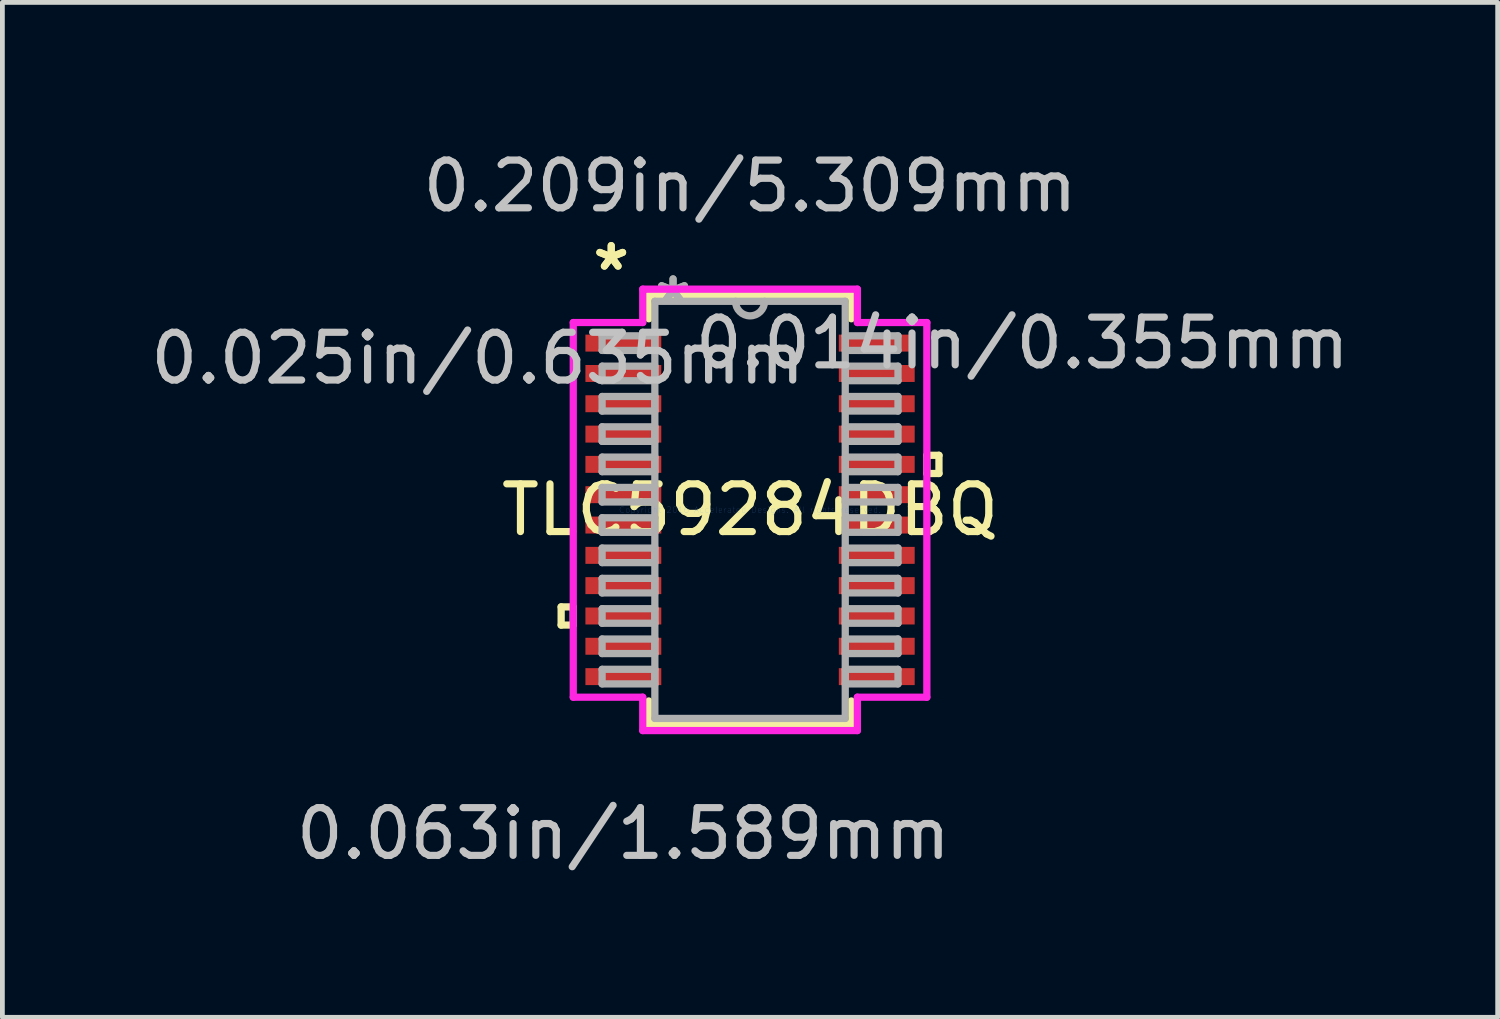
<source format=kicad_pcb>
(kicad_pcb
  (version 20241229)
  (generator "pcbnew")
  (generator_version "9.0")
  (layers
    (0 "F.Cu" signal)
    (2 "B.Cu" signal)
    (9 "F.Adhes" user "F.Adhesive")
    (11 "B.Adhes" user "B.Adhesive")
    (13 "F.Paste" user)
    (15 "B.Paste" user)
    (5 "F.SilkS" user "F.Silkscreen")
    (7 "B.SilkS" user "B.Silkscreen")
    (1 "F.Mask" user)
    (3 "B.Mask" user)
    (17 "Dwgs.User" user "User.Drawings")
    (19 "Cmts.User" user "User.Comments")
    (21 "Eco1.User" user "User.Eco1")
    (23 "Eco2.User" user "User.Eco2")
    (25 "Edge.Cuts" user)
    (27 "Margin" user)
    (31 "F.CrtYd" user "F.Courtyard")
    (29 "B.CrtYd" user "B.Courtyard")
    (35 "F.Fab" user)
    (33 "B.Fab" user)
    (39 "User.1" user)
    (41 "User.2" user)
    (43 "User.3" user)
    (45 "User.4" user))
  (footprint "TLC59284DBQ"
    (layer "F.Cu")
    (at 12.661 7.63)
    (property "Reference" "TLC59284DBQ" (at 0 0 0) (layer "F.SilkS") (effects (font (size 1 1) (thickness 0.15))))
    (attr through_hole)
    (fp_line (start -3.957 2.032) (end -3.957 2.413) (stroke (width 0.152) (type solid)) (layer "F.SilkS"))
    (fp_line (start -3.957 2.413) (end -3.703 2.413) (stroke (width 0.152) (type solid)) (layer "F.SilkS"))
    (fp_line (start -3.703 2.032) (end -3.957 2.032) (stroke (width 0.152) (type solid)) (layer "F.SilkS"))
    (fp_line (start -3.703 2.413) (end -3.703 2.032) (stroke (width 0.152) (type solid)) (layer "F.SilkS"))
    (fp_line (start -2.121 -4.496) (end -2.121 -4.003) (stroke (width 0.152) (type solid)) (layer "F.SilkS"))
    (fp_line (start -2.121 4.003) (end -2.121 4.496) (stroke (width 0.152) (type solid)) (layer "F.SilkS"))
    (fp_line (start -2.121 4.496) (end 2.121 4.496) (stroke (width 0.152) (type solid)) (layer "F.SilkS"))
    (fp_line (start 2.121 -4.496) (end -2.121 -4.496) (stroke (width 0.152) (type solid)) (layer "F.SilkS"))
    (fp_line (start 2.121 -4.003) (end 2.121 -4.496) (stroke (width 0.152) (type solid)) (layer "F.SilkS"))
    (fp_line (start 2.121 4.496) (end 2.121 4.003) (stroke (width 0.152) (type solid)) (layer "F.SilkS"))
    (fp_line (start 3.703 -1.143) (end 3.957 -1.143) (stroke (width 0.152) (type solid)) (layer "F.SilkS"))
    (fp_line (start 3.703 -0.762) (end 3.703 -1.143) (stroke (width 0.152) (type solid)) (layer "F.SilkS"))
    (fp_line (start 3.957 -1.143) (end 3.957 -0.762) (stroke (width 0.152) (type solid)) (layer "F.SilkS"))
    (fp_line (start 3.957 -0.762) (end 3.703 -0.762) (stroke (width 0.152) (type solid)) (layer "F.SilkS"))
    (fp_line (start -3.703 -3.924) (end -2.248 -3.924) (stroke (width 0.152) (type solid)) (layer "F.CrtYd"))
    (fp_line (start -3.703 3.924) (end -3.703 -3.924) (stroke (width 0.152) (type solid)) (layer "F.CrtYd"))
    (fp_line (start -2.248 -4.623) (end 2.248 -4.623) (stroke (width 0.152) (type solid)) (layer "F.CrtYd"))
    (fp_line (start -2.248 -3.924) (end -2.248 -4.623) (stroke (width 0.152) (type solid)) (layer "F.CrtYd"))
    (fp_line (start -2.248 3.924) (end -3.703 3.924) (stroke (width 0.152) (type solid)) (layer "F.CrtYd"))
    (fp_line (start -2.248 4.623) (end -2.248 3.924) (stroke (width 0.152) (type solid)) (layer "F.CrtYd"))
    (fp_line (start 2.248 -4.623) (end 2.248 -3.924) (stroke (width 0.152) (type solid)) (layer "F.CrtYd"))
    (fp_line (start 2.248 -3.924) (end 3.703 -3.924) (stroke (width 0.152) (type solid)) (layer "F.CrtYd"))
    (fp_line (start 2.248 3.924) (end 2.248 4.623) (stroke (width 0.152) (type solid)) (layer "F.CrtYd"))
    (fp_line (start 2.248 4.623) (end -2.248 4.623) (stroke (width 0.152) (type solid)) (layer "F.CrtYd"))
    (fp_line (start 3.703 -3.924) (end 3.703 3.924) (stroke (width 0.152) (type solid)) (layer "F.CrtYd"))
    (fp_line (start 3.703 3.924) (end 2.248 3.924) (stroke (width 0.152) (type solid)) (layer "F.CrtYd"))
    (fp_line (start -3.099 -3.645) (end -3.099 -3.34) (stroke (width 0.152) (type solid)) (layer "F.Fab"))
    (fp_line (start -3.099 -3.34) (end -1.994 -3.34) (stroke (width 0.152) (type solid)) (layer "F.Fab"))
    (fp_line (start -3.099 -3.01) (end -3.099 -2.705) (stroke (width 0.152) (type solid)) (layer "F.Fab"))
    (fp_line (start -3.099 -2.705) (end -1.994 -2.705) (stroke (width 0.152) (type solid)) (layer "F.Fab"))
    (fp_line (start -3.099 -2.375) (end -3.099 -2.07) (stroke (width 0.152) (type solid)) (layer "F.Fab"))
    (fp_line (start -3.099 -2.07) (end -1.994 -2.07) (stroke (width 0.152) (type solid)) (layer "F.Fab"))
    (fp_line (start -3.099 -1.74) (end -3.099 -1.435) (stroke (width 0.152) (type solid)) (layer "F.Fab"))
    (fp_line (start -3.099 -1.435) (end -1.994 -1.435) (stroke (width 0.152) (type solid)) (layer "F.Fab"))
    (fp_line (start -3.099 -1.105) (end -3.099 -0.8) (stroke (width 0.152) (type solid)) (layer "F.Fab"))
    (fp_line (start -3.099 -0.8) (end -1.994 -0.8) (stroke (width 0.152) (type solid)) (layer "F.Fab"))
    (fp_line (start -3.099 -0.47) (end -3.099 -0.165) (stroke (width 0.152) (type solid)) (layer "F.Fab"))
    (fp_line (start -3.099 -0.165) (end -1.994 -0.165) (stroke (width 0.152) (type solid)) (layer "F.Fab"))
    (fp_line (start -3.099 0.165) (end -3.099 0.47) (stroke (width 0.152) (type solid)) (layer "F.Fab"))
    (fp_line (start -3.099 0.47) (end -1.994 0.47) (stroke (width 0.152) (type solid)) (layer "F.Fab"))
    (fp_line (start -3.099 0.8) (end -3.099 1.105) (stroke (width 0.152) (type solid)) (layer "F.Fab"))
    (fp_line (start -3.099 1.105) (end -1.994 1.105) (stroke (width 0.152) (type solid)) (layer "F.Fab"))
    (fp_line (start -3.099 1.435) (end -3.099 1.74) (stroke (width 0.152) (type solid)) (layer "F.Fab"))
    (fp_line (start -3.099 1.74) (end -1.994 1.74) (stroke (width 0.152) (type solid)) (layer "F.Fab"))
    (fp_line (start -3.099 2.07) (end -3.099 2.375) (stroke (width 0.152) (type solid)) (layer "F.Fab"))
    (fp_line (start -3.099 2.375) (end -1.994 2.375) (stroke (width 0.152) (type solid)) (layer "F.Fab"))
    (fp_line (start -3.099 2.705) (end -3.099 3.01) (stroke (width 0.152) (type solid)) (layer "F.Fab"))
    (fp_line (start -3.099 3.01) (end -1.994 3.01) (stroke (width 0.152) (type solid)) (layer "F.Fab"))
    (fp_line (start -3.099 3.34) (end -3.099 3.645) (stroke (width 0.152) (type solid)) (layer "F.Fab"))
    (fp_line (start -3.099 3.645) (end -1.994 3.645) (stroke (width 0.152) (type solid)) (layer "F.Fab"))
    (fp_line (start -1.994 -4.369) (end -1.994 4.369) (stroke (width 0.152) (type solid)) (layer "F.Fab"))
    (fp_line (start -1.994 -3.645) (end -3.099 -3.645) (stroke (width 0.152) (type solid)) (layer "F.Fab"))
    (fp_line (start -1.994 -3.34) (end -1.994 -3.645) (stroke (width 0.152) (type solid)) (layer "F.Fab"))
    (fp_line (start -1.994 -3.01) (end -3.099 -3.01) (stroke (width 0.152) (type solid)) (layer "F.Fab"))
    (fp_line (start -1.994 -2.705) (end -1.994 -3.01) (stroke (width 0.152) (type solid)) (layer "F.Fab"))
    (fp_line (start -1.994 -2.375) (end -3.099 -2.375) (stroke (width 0.152) (type solid)) (layer "F.Fab"))
    (fp_line (start -1.994 -2.07) (end -1.994 -2.375) (stroke (width 0.152) (type solid)) (layer "F.Fab"))
    (fp_line (start -1.994 -1.74) (end -3.099 -1.74) (stroke (width 0.152) (type solid)) (layer "F.Fab"))
    (fp_line (start -1.994 -1.435) (end -1.994 -1.74) (stroke (width 0.152) (type solid)) (layer "F.Fab"))
    (fp_line (start -1.994 -1.105) (end -3.099 -1.105) (stroke (width 0.152) (type solid)) (layer "F.Fab"))
    (fp_line (start -1.994 -0.8) (end -1.994 -1.105) (stroke (width 0.152) (type solid)) (layer "F.Fab"))
    (fp_line (start -1.994 -0.47) (end -3.099 -0.47) (stroke (width 0.152) (type solid)) (layer "F.Fab"))
    (fp_line (start -1.994 -0.165) (end -1.994 -0.47) (stroke (width 0.152) (type solid)) (layer "F.Fab"))
    (fp_line (start -1.994 0.165) (end -3.099 0.165) (stroke (width 0.152) (type solid)) (layer "F.Fab"))
    (fp_line (start -1.994 0.47) (end -1.994 0.165) (stroke (width 0.152) (type solid)) (layer "F.Fab"))
    (fp_line (start -1.994 0.8) (end -3.099 0.8) (stroke (width 0.152) (type solid)) (layer "F.Fab"))
    (fp_line (start -1.994 1.105) (end -1.994 0.8) (stroke (width 0.152) (type solid)) (layer "F.Fab"))
    (fp_line (start -1.994 1.435) (end -3.099 1.435) (stroke (width 0.152) (type solid)) (layer "F.Fab"))
    (fp_line (start -1.994 1.74) (end -1.994 1.435) (stroke (width 0.152) (type solid)) (layer "F.Fab"))
    (fp_line (start -1.994 2.07) (end -3.099 2.07) (stroke (width 0.152) (type solid)) (layer "F.Fab"))
    (fp_line (start -1.994 2.375) (end -1.994 2.07) (stroke (width 0.152) (type solid)) (layer "F.Fab"))
    (fp_line (start -1.994 2.705) (end -3.099 2.705) (stroke (width 0.152) (type solid)) (layer "F.Fab"))
    (fp_line (start -1.994 3.01) (end -1.994 2.705) (stroke (width 0.152) (type solid)) (layer "F.Fab"))
    (fp_line (start -1.994 3.34) (end -3.099 3.34) (stroke (width 0.152) (type solid)) (layer "F.Fab"))
    (fp_line (start -1.994 3.645) (end -1.994 3.34) (stroke (width 0.152) (type solid)) (layer "F.Fab"))
    (fp_line (start -1.994 4.369) (end 1.994 4.369) (stroke (width 0.152) (type solid)) (layer "F.Fab"))
    (fp_line (start 1.994 -4.369) (end -1.994 -4.369) (stroke (width 0.152) (type solid)) (layer "F.Fab"))
    (fp_line (start 1.994 -3.645) (end 1.994 -3.34) (stroke (width 0.152) (type solid)) (layer "F.Fab"))
    (fp_line (start 1.994 -3.34) (end 3.099 -3.34) (stroke (width 0.152) (type solid)) (layer "F.Fab"))
    (fp_line (start 1.994 -3.01) (end 1.994 -2.705) (stroke (width 0.152) (type solid)) (layer "F.Fab"))
    (fp_line (start 1.994 -2.705) (end 3.099 -2.705) (stroke (width 0.152) (type solid)) (layer "F.Fab"))
    (fp_line (start 1.994 -2.375) (end 1.994 -2.07) (stroke (width 0.152) (type solid)) (layer "F.Fab"))
    (fp_line (start 1.994 -2.07) (end 3.099 -2.07) (stroke (width 0.152) (type solid)) (layer "F.Fab"))
    (fp_line (start 1.994 -1.74) (end 1.994 -1.435) (stroke (width 0.152) (type solid)) (layer "F.Fab"))
    (fp_line (start 1.994 -1.435) (end 3.099 -1.435) (stroke (width 0.152) (type solid)) (layer "F.Fab"))
    (fp_line (start 1.994 -1.105) (end 1.994 -0.8) (stroke (width 0.152) (type solid)) (layer "F.Fab"))
    (fp_line (start 1.994 -0.8) (end 3.099 -0.8) (stroke (width 0.152) (type solid)) (layer "F.Fab"))
    (fp_line (start 1.994 -0.47) (end 1.994 -0.165) (stroke (width 0.152) (type solid)) (layer "F.Fab"))
    (fp_line (start 1.994 -0.165) (end 3.099 -0.165) (stroke (width 0.152) (type solid)) (layer "F.Fab"))
    (fp_line (start 1.994 0.165) (end 1.994 0.47) (stroke (width 0.152) (type solid)) (layer "F.Fab"))
    (fp_line (start 1.994 0.47) (end 3.099 0.47) (stroke (width 0.152) (type solid)) (layer "F.Fab"))
    (fp_line (start 1.994 0.8) (end 1.994 1.105) (stroke (width 0.152) (type solid)) (layer "F.Fab"))
    (fp_line (start 1.994 1.105) (end 3.099 1.105) (stroke (width 0.152) (type solid)) (layer "F.Fab"))
    (fp_line (start 1.994 1.435) (end 1.994 1.74) (stroke (width 0.152) (type solid)) (layer "F.Fab"))
    (fp_line (start 1.994 1.74) (end 3.099 1.74) (stroke (width 0.152) (type solid)) (layer "F.Fab"))
    (fp_line (start 1.994 2.07) (end 1.994 2.375) (stroke (width 0.152) (type solid)) (layer "F.Fab"))
    (fp_line (start 1.994 2.375) (end 3.099 2.375) (stroke (width 0.152) (type solid)) (layer "F.Fab"))
    (fp_line (start 1.994 2.705) (end 1.994 3.01) (stroke (width 0.152) (type solid)) (layer "F.Fab"))
    (fp_line (start 1.994 3.01) (end 3.099 3.01) (stroke (width 0.152) (type solid)) (layer "F.Fab"))
    (fp_line (start 1.994 3.34) (end 1.994 3.645) (stroke (width 0.152) (type solid)) (layer "F.Fab"))
    (fp_line (start 1.994 3.645) (end 3.099 3.645) (stroke (width 0.152) (type solid)) (layer "F.Fab"))
    (fp_line (start 1.994 4.369) (end 1.994 -4.369) (stroke (width 0.152) (type solid)) (layer "F.Fab"))
    (fp_line (start 3.099 -3.645) (end 1.994 -3.645) (stroke (width 0.152) (type solid)) (layer "F.Fab"))
    (fp_line (start 3.099 -3.34) (end 3.099 -3.645) (stroke (width 0.152) (type solid)) (layer "F.Fab"))
    (fp_line (start 3.099 -3.01) (end 1.994 -3.01) (stroke (width 0.152) (type solid)) (layer "F.Fab"))
    (fp_line (start 3.099 -2.705) (end 3.099 -3.01) (stroke (width 0.152) (type solid)) (layer "F.Fab"))
    (fp_line (start 3.099 -2.375) (end 1.994 -2.375) (stroke (width 0.152) (type solid)) (layer "F.Fab"))
    (fp_line (start 3.099 -2.07) (end 3.099 -2.375) (stroke (width 0.152) (type solid)) (layer "F.Fab"))
    (fp_line (start 3.099 -1.74) (end 1.994 -1.74) (stroke (width 0.152) (type solid)) (layer "F.Fab"))
    (fp_line (start 3.099 -1.435) (end 3.099 -1.74) (stroke (width 0.152) (type solid)) (layer "F.Fab"))
    (fp_line (start 3.099 -1.105) (end 1.994 -1.105) (stroke (width 0.152) (type solid)) (layer "F.Fab"))
    (fp_line (start 3.099 -0.8) (end 3.099 -1.105) (stroke (width 0.152) (type solid)) (layer "F.Fab"))
    (fp_line (start 3.099 -0.47) (end 1.994 -0.47) (stroke (width 0.152) (type solid)) (layer "F.Fab"))
    (fp_line (start 3.099 -0.165) (end 3.099 -0.47) (stroke (width 0.152) (type solid)) (layer "F.Fab"))
    (fp_line (start 3.099 0.165) (end 1.994 0.165) (stroke (width 0.152) (type solid)) (layer "F.Fab"))
    (fp_line (start 3.099 0.47) (end 3.099 0.165) (stroke (width 0.152) (type solid)) (layer "F.Fab"))
    (fp_line (start 3.099 0.8) (end 1.994 0.8) (stroke (width 0.152) (type solid)) (layer "F.Fab"))
    (fp_line (start 3.099 1.105) (end 3.099 0.8) (stroke (width 0.152) (type solid)) (layer "F.Fab"))
    (fp_line (start 3.099 1.435) (end 1.994 1.435) (stroke (width 0.152) (type solid)) (layer "F.Fab"))
    (fp_line (start 3.099 1.74) (end 3.099 1.435) (stroke (width 0.152) (type solid)) (layer "F.Fab"))
    (fp_line (start 3.099 2.07) (end 1.994 2.07) (stroke (width 0.152) (type solid)) (layer "F.Fab"))
    (fp_line (start 3.099 2.375) (end 3.099 2.07) (stroke (width 0.152) (type solid)) (layer "F.Fab"))
    (fp_line (start 3.099 2.705) (end 1.994 2.705) (stroke (width 0.152) (type solid)) (layer "F.Fab"))
    (fp_line (start 3.099 3.01) (end 3.099 2.705) (stroke (width 0.152) (type solid)) (layer "F.Fab"))
    (fp_line (start 3.099 3.34) (end 1.994 3.34) (stroke (width 0.152) (type solid)) (layer "F.Fab"))
    (fp_line (start 3.099 3.645) (end 3.099 3.34) (stroke (width 0.152) (type solid)) (layer "F.Fab"))
    (fp_arc (start 0.3048 -4.3688) (mid 0 -4.064) (end -0.3048 -4.3688) (stroke (width 0.1524) (type solid)) (layer "F.Fab"))
    (fp_text user "*" (at -2.908 -4.99 0) (layer "F.SilkS") (effects (font (size 1 1) (thickness 0.15))))
    (fp_text user "*" (at -2.908 -4.99 0) (layer "F.SilkS") (effects (font (size 1 1) (thickness 0.15))))
    (fp_text user "0.025in/0.635mm" (at -5.702 -3.175 0) (layer "Dwgs.User") (effects (font (size 1 1) (thickness 0.15))))
    (fp_text user "0.209in/5.309mm" (at 0 -6.782 0) (layer "Dwgs.User") (effects (font (size 1 1) (thickness 0.15))))
    (fp_text user "0.063in/1.589mm" (at -2.654 6.782 0) (layer "Dwgs.User") (effects (font (size 1 1) (thickness 0.15))))
    (fp_text user "0.014in/0.355mm" (at 5.702 -3.493 0) (layer "Dwgs.User") (effects (font (size 1 1) (thickness 0.15))))
    (fp_text user "Copyright 2016 Accelerated Designs. All rights reserved." (at 0 0 0) (layer "Cmts.User") (effects (font (size 0.127 0.127) (thickness 0.002))))
    (fp_text user "*" (at -1.613 -4.293 0) (layer "F.Fab") (effects (font (size 1 1) (thickness 0.15))))
    (fp_text user "*" (at -1.613 -4.293 0) (layer "F.Fab") (effects (font (size 1 1) (thickness 0.15))))
    (pad "1" smd rect (at -2.654 -3.493) (size 1.589 0.355) (layers "F.Cu" "F.Mask" "F.Paste"))
    (pad "2" smd rect (at -2.654 -2.857) (size 1.589 0.355) (layers "F.Cu" "F.Mask" "F.Paste"))
    (pad "3" smd rect (at -2.654 -2.223) (size 1.589 0.355) (layers "F.Cu" "F.Mask" "F.Paste"))
    (pad "4" smd rect (at -2.654 -1.587) (size 1.589 0.355) (layers "F.Cu" "F.Mask" "F.Paste"))
    (pad "5" smd rect (at -2.654 -0.953) (size 1.589 0.355) (layers "F.Cu" "F.Mask" "F.Paste"))
    (pad "6" smd rect (at -2.654 -0.318) (size 1.589 0.355) (layers "F.Cu" "F.Mask" "F.Paste"))
    (pad "7" smd rect (at -2.654 0.318) (size 1.589 0.355) (layers "F.Cu" "F.Mask" "F.Paste"))
    (pad "8" smd rect (at -2.654 0.953) (size 1.589 0.355) (layers "F.Cu" "F.Mask" "F.Paste"))
    (pad "9" smd rect (at -2.654 1.587) (size 1.589 0.355) (layers "F.Cu" "F.Mask" "F.Paste"))
    (pad "10" smd rect (at -2.654 2.223) (size 1.589 0.355) (layers "F.Cu" "F.Mask" "F.Paste"))
    (pad "11" smd rect (at -2.654 2.857) (size 1.589 0.355) (layers "F.Cu" "F.Mask" "F.Paste"))
    (pad "12" smd rect (at -2.654 3.493) (size 1.589 0.355) (layers "F.Cu" "F.Mask" "F.Paste"))
    (pad "13" smd rect (at 2.654 3.493) (size 1.589 0.355) (layers "F.Cu" "F.Mask" "F.Paste"))
    (pad "14" smd rect (at 2.654 2.857) (size 1.589 0.355) (layers "F.Cu" "F.Mask" "F.Paste"))
    (pad "15" smd rect (at 2.654 2.223) (size 1.589 0.355) (layers "F.Cu" "F.Mask" "F.Paste"))
    (pad "16" smd rect (at 2.654 1.587) (size 1.589 0.355) (layers "F.Cu" "F.Mask" "F.Paste"))
    (pad "17" smd rect (at 2.654 0.953) (size 1.589 0.355) (layers "F.Cu" "F.Mask" "F.Paste"))
    (pad "18" smd rect (at 2.654 0.318) (size 1.589 0.355) (layers "F.Cu" "F.Mask" "F.Paste"))
    (pad "19" smd rect (at 2.654 -0.318) (size 1.589 0.355) (layers "F.Cu" "F.Mask" "F.Paste"))
    (pad "20" smd rect (at 2.654 -0.953) (size 1.589 0.355) (layers "F.Cu" "F.Mask" "F.Paste"))
    (pad "21" smd rect (at 2.654 -1.587) (size 1.589 0.355) (layers "F.Cu" "F.Mask" "F.Paste"))
    (pad "22" smd rect (at 2.654 -2.223) (size 1.589 0.355) (layers "F.Cu" "F.Mask" "F.Paste"))
    (pad "23" smd rect (at 2.654 -2.857) (size 1.589 0.355) (layers "F.Cu" "F.Mask" "F.Paste"))
    (pad "24" smd rect (at 2.654 -3.493) (size 1.589 0.355) (layers "F.Cu" "F.Mask" "F.Paste")))
  (gr_rect
    (start -3 -3)
    (end 28.321 18.26)
    (stroke (width 0.1) (type default))
    (fill no)
    (layer "Edge.Cuts")))
</source>
